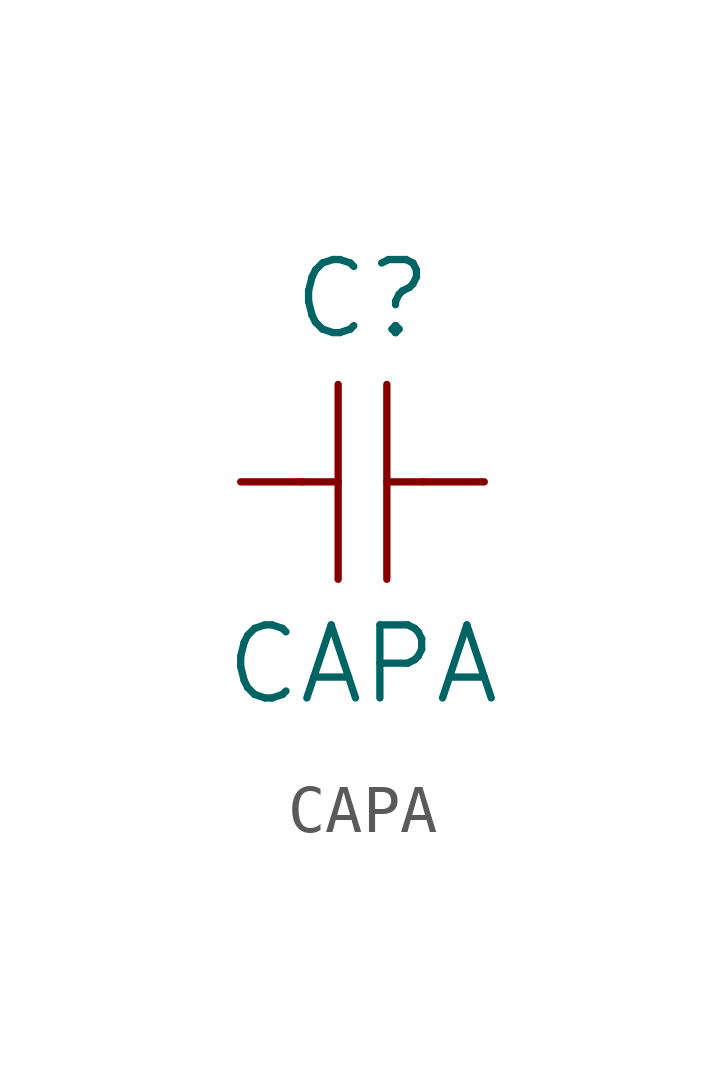
<source format=kicad_sym>
(kicad_symbol_lib
  (version 20211014)
  (generator kicad_symbol_editor)
  (symbol "CAPA"
    (pin_numbers hide)
    (pin_names
      (offset 1.016) hide)
    (property "Reference" "C"
      (at 0 3.81 0)
      (effects (font (size 1.524 1.524))))
    (property "Value" "CAPA"
      (at 0 -3.81 0)
      (effects (font (size 1.524 1.524))))
    (property "Footprint" ""
      (at 0 0 0)
      (effects (font (size 1.524 1.524))))
    (property "Datasheet" ""
      (at 0 0 0)
      (effects (font (size 1.524 1.524))))
    (symbol "CAPA_0_1"
      (polyline (pts (xy -0.508 0) (xy -1.27 0)) (stroke (width 0) (type default) (color 0 0 0 0)) (fill (type none)))
      (polyline (pts (xy -0.508 2.032) (xy -0.508 -2.032)) (stroke (width 0) (type default) (color 0 0 0 0)) (fill (type none)))
      (polyline (pts (xy 0.508 0) (xy 1.27 0)) (stroke (width 0) (type default) (color 0 0 0 0)) (fill (type none)))
      (polyline (pts (xy 0.508 2.032) (xy 0.508 -2.032)) (stroke (width 0) (type default) (color 0 0 0 0)) (fill (type none))))
    (symbol "CAPA_1_1"
      (pin passive line (at -2.54 0 0) (length 1.27) (name "~" (effects (font (size 1.27 1.27)))) (number "1" (effects (font (size 1.27 1.27)))))
      (pin passive line (at 2.54 0 180) (length 1.27) (name "~" (effects (font (size 1.27 1.27)))) (number "2" (effects (font (size 1.27 1.27))))))))
</source>
